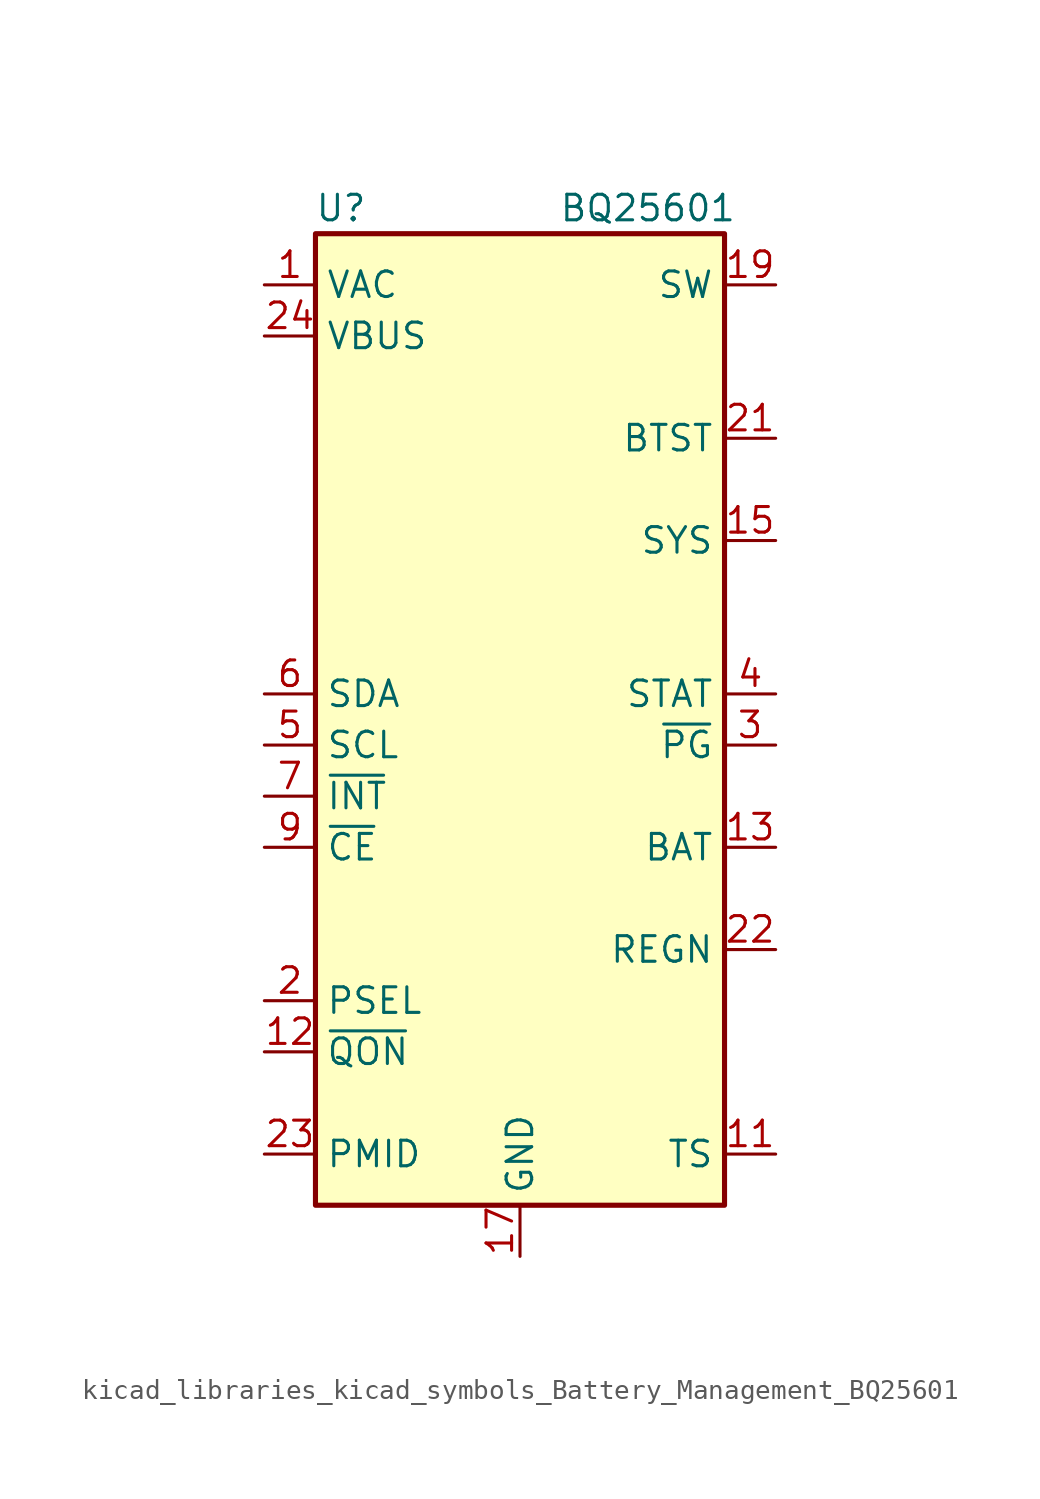
<source format=kicad_sym>
(kicad_symbol_lib
  (version 20220914)
  (generator kicad_symbol_editor)
  (symbol "kicad_libraries_kicad_symbols_Battery_Management_BQ25601"
    (property "Reference" "U"
      (at -8.89 26.67 0)
      (effects (font (size 1.27 1.27))))
    (property "Value" "BQ25601"
      (at 6.35 26.67 0)
      (effects (font (size 1.27 1.27))))
    (symbol "kicad_libraries_kicad_symbols_Battery_Management_BQ25601_0_1"
      (rectangle (start -10.16 -22.86) (end 10.16 25.4) (stroke (width 0.254) (type default)) (fill (type background))))
    (symbol "kicad_libraries_kicad_symbols_Battery_Management_BQ25601_1_1"
      (pin input line (at -12.7 22.86 0) (length 2.54) (name "VAC" (effects (font (size 1.27 1.27)))) (number "1" (effects (font (size 1.27 1.27)))))
      (pin no_connect line (at -10.16 12.7 0) (length 2.54) hide (name "NC" (effects (font (size 1.27 1.27)))) (number "10" (effects (font (size 1.27 1.27)))))
      (pin passive line (at 12.7 -20.32 180) (length 2.54) (name "TS" (effects (font (size 1.27 1.27)))) (number "11" (effects (font (size 1.27 1.27)))))
      (pin input line (at -12.7 -15.24 0) (length 2.54) (name "~{QON}" (effects (font (size 1.27 1.27)))) (number "12" (effects (font (size 1.27 1.27)))))
      (pin power_in line (at 12.7 -5.08 180) (length 2.54) (name "BAT" (effects (font (size 1.27 1.27)))) (number "13" (effects (font (size 1.27 1.27)))))
      (pin passive line (at 12.7 -5.08 180) (length 2.54) hide (name "BAT" (effects (font (size 1.27 1.27)))) (number "14" (effects (font (size 1.27 1.27)))))
      (pin passive line (at 12.7 10.16 180) (length 2.54) (name "SYS" (effects (font (size 1.27 1.27)))) (number "15" (effects (font (size 1.27 1.27)))))
      (pin passive line (at 12.7 10.16 180) (length 2.54) hide (name "SYS" (effects (font (size 1.27 1.27)))) (number "16" (effects (font (size 1.27 1.27)))))
      (pin power_in line (at 0 -25.4 90) (length 2.54) (name "GND" (effects (font (size 1.27 1.27)))) (number "17" (effects (font (size 1.27 1.27)))))
      (pin passive line (at 0 -25.4 90) (length 2.54) hide (name "GND" (effects (font (size 1.27 1.27)))) (number "18" (effects (font (size 1.27 1.27)))))
      (pin passive line (at 12.7 22.86 180) (length 2.54) (name "SW" (effects (font (size 1.27 1.27)))) (number "19" (effects (font (size 1.27 1.27)))))
      (pin input line (at -12.7 -12.7 0) (length 2.54) (name "PSEL" (effects (font (size 1.27 1.27)))) (number "2" (effects (font (size 1.27 1.27)))))
      (pin passive line (at 12.7 22.86 180) (length 2.54) hide (name "SW" (effects (font (size 1.27 1.27)))) (number "20" (effects (font (size 1.27 1.27)))))
      (pin input line (at 12.7 15.24 180) (length 2.54) (name "BTST" (effects (font (size 1.27 1.27)))) (number "21" (effects (font (size 1.27 1.27)))))
      (pin passive line (at 12.7 -10.16 180) (length 2.54) (name "REGN" (effects (font (size 1.27 1.27)))) (number "22" (effects (font (size 1.27 1.27)))))
      (pin passive line (at -12.7 -20.32 0) (length 2.54) (name "PMID" (effects (font (size 1.27 1.27)))) (number "23" (effects (font (size 1.27 1.27)))))
      (pin power_in line (at -12.7 20.32 0) (length 2.54) (name "VBUS" (effects (font (size 1.27 1.27)))) (number "24" (effects (font (size 1.27 1.27)))))
      (pin passive line (at 0 -25.4 90) (length 2.54) hide (name "GND" (effects (font (size 1.27 1.27)))) (number "25" (effects (font (size 1.27 1.27)))))
      (pin open_collector line (at 12.7 0 180) (length 2.54) (name "~{PG}" (effects (font (size 1.27 1.27)))) (number "3" (effects (font (size 1.27 1.27)))))
      (pin open_collector line (at 12.7 2.54 180) (length 2.54) (name "STAT" (effects (font (size 1.27 1.27)))) (number "4" (effects (font (size 1.27 1.27)))))
      (pin input line (at -12.7 0 0) (length 2.54) (name "SCL" (effects (font (size 1.27 1.27)))) (number "5" (effects (font (size 1.27 1.27)))))
      (pin bidirectional line (at -12.7 2.54 0) (length 2.54) (name "SDA" (effects (font (size 1.27 1.27)))) (number "6" (effects (font (size 1.27 1.27)))))
      (pin open_collector line (at -12.7 -2.54 0) (length 2.54) (name "~{INT}" (effects (font (size 1.27 1.27)))) (number "7" (effects (font (size 1.27 1.27)))))
      (pin no_connect line (at -10.16 15.24 0) (length 2.54) hide (name "NC" (effects (font (size 1.27 1.27)))) (number "8" (effects (font (size 1.27 1.27)))))
      (pin input line (at -12.7 -5.08 0) (length 2.54) (name "~{CE}" (effects (font (size 1.27 1.27)))) (number "9" (effects (font (size 1.27 1.27))))))))
</source>
